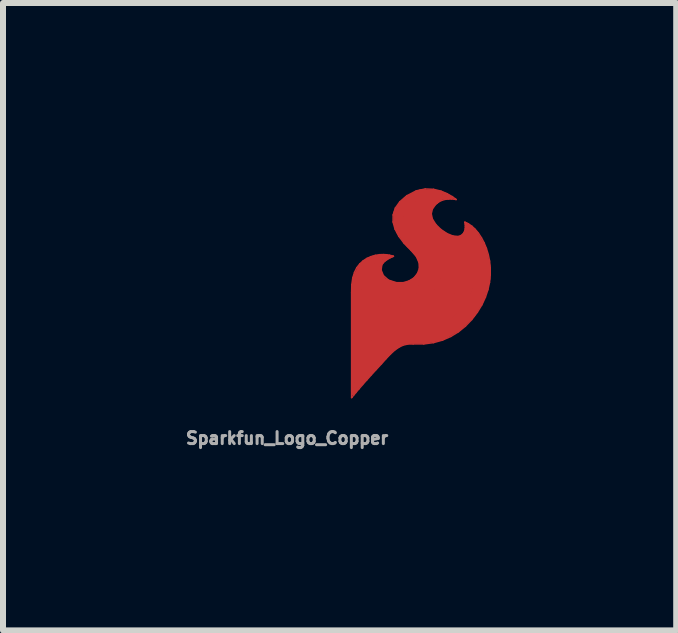
<source format=kicad_pcb>
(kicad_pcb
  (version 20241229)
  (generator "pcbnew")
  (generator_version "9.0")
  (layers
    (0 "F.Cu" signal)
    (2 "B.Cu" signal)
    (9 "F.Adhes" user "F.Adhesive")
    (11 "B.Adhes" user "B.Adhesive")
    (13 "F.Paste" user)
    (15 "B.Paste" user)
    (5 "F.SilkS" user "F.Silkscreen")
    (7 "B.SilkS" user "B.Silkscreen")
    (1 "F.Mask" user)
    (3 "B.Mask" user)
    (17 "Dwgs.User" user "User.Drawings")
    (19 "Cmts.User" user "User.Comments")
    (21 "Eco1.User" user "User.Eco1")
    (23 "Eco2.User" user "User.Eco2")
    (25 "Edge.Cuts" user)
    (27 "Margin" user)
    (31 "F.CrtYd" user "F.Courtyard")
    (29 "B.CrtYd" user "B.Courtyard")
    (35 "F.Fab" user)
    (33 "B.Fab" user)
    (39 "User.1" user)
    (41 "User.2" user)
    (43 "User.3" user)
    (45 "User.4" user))
  (footprint "Sparkfun_Logo_Copper"
    (layer "F.Cu")
    (at 2.756 3.635)
    (property "Reference" "Sparkfun_Logo_Copper" (at -1.02 0.62 0) (layer "F.Fab") (effects (font (size 0.2 0.2) (thickness 0.05))))
    (attr exclude_from_pos_files exclude_from_bom)
    (fp_line (start 0.056 -1.808) (end 0.056 -0.056) (stroke (width 0.025) (type solid)) (layer "F.Cu"))
    (fp_line (start 0.056 -0.056) (end 0.064 -0.066) (stroke (width 0.025) (type solid)) (layer "F.Cu"))
    (fp_line (start 0.059 -1.94) (end 0.056 -1.808) (stroke (width 0.025) (type solid)) (layer "F.Cu"))
    (fp_line (start 0.064 -0.066) (end 0.089 -0.096) (stroke (width 0.025) (type solid)) (layer "F.Cu"))
    (fp_line (start 0.07 -0.34) (end 0.1 -0.25) (stroke (width 0.05) (type solid)) (layer "F.Cu"))
    (fp_line (start 0.07 -0.16) (end 0.07 -0.34) (stroke (width 0.05) (type solid)) (layer "F.Cu"))
    (fp_line (start 0.075 -2.051) (end 0.059 -1.94) (stroke (width 0.025) (type solid)) (layer "F.Cu"))
    (fp_line (start 0.08 -0.12) (end 0.22 -0.3) (stroke (width 0.05) (type solid)) (layer "F.Cu"))
    (fp_line (start 0.089 -0.096) (end 0.127 -0.142) (stroke (width 0.025) (type solid)) (layer "F.Cu"))
    (fp_line (start 0.1 -0.25) (end 0.12 -0.28) (stroke (width 0.05) (type solid)) (layer "F.Cu"))
    (fp_line (start 0.104 -2.145) (end 0.075 -2.051) (stroke (width 0.025) (type solid)) (layer "F.Cu"))
    (fp_line (start 0.127 -0.142) (end 0.178 -0.202) (stroke (width 0.025) (type solid)) (layer "F.Cu"))
    (fp_line (start 0.14 -0.26) (end 0.07 -0.16) (stroke (width 0.05) (type solid)) (layer "F.Cu"))
    (fp_line (start 0.143 -2.223) (end 0.104 -2.145) (stroke (width 0.025) (type solid)) (layer "F.Cu"))
    (fp_line (start 0.178 -0.202) (end 0.239 -0.273) (stroke (width 0.025) (type solid)) (layer "F.Cu"))
    (fp_line (start 0.18 -1.87) (end 0.2 -2.04) (stroke (width 0.254) (type solid)) (layer "F.Cu"))
    (fp_line (start 0.18 -0.43) (end 0.18 -1.87) (stroke (width 0.254) (type solid)) (layer "F.Cu"))
    (fp_line (start 0.18 -0.4) (end 0.82 -1.09) (stroke (width 0.254) (type solid)) (layer "F.Cu"))
    (fp_line (start 0.192 -2.286) (end 0.143 -2.223) (stroke (width 0.025) (type solid)) (layer "F.Cu"))
    (fp_line (start 0.2 -2.04) (end 0.28 -2.19) (stroke (width 0.254) (type solid)) (layer "F.Cu"))
    (fp_line (start 0.22 -0.3) (end 0.14 -0.26) (stroke (width 0.05) (type solid)) (layer "F.Cu"))
    (fp_line (start 0.239 -0.273) (end 0.309 -0.352) (stroke (width 0.025) (type solid)) (layer "F.Cu"))
    (fp_line (start 0.248 -2.336) (end 0.192 -2.286) (stroke (width 0.025) (type solid)) (layer "F.Cu"))
    (fp_line (start 0.28 -2.19) (end 0.37 -2.27) (stroke (width 0.254) (type solid)) (layer "F.Cu"))
    (fp_line (start 0.309 -0.352) (end 0.385 -0.437) (stroke (width 0.025) (type solid)) (layer "F.Cu"))
    (fp_line (start 0.31 -2.376) (end 0.248 -2.336) (stroke (width 0.025) (type solid)) (layer "F.Cu"))
    (fp_line (start 0.35 -1.96) (end 0.57 -1.68) (stroke (width 0.254) (type solid)) (layer "F.Cu"))
    (fp_line (start 0.36 -0.94) (end 0.35 -1.96) (stroke (width 0.254) (type solid)) (layer "F.Cu"))
    (fp_line (start 0.37 -2.27) (end 0.44 -2.3) (stroke (width 0.254) (type solid)) (layer "F.Cu"))
    (fp_line (start 0.377 -2.406) (end 0.31 -2.376) (stroke (width 0.025) (type solid)) (layer "F.Cu"))
    (fp_line (start 0.385 -0.437) (end 0.466 -0.525) (stroke (width 0.025) (type solid)) (layer "F.Cu"))
    (fp_line (start 0.42 -2.17) (end 0.43 -2.26) (stroke (width 0.254) (type solid)) (layer "F.Cu"))
    (fp_line (start 0.42 -1.06) (end 0.32 -0.76) (stroke (width 0.254) (type solid)) (layer "F.Cu"))
    (fp_line (start 0.451 -2.428) (end 0.377 -2.406) (stroke (width 0.025) (type solid)) (layer "F.Cu"))
    (fp_line (start 0.466 -0.525) (end 0.554 -0.621) (stroke (width 0.025) (type solid)) (layer "F.Cu"))
    (fp_line (start 0.47 -2.03) (end 0.42 -2.17) (stroke (width 0.254) (type solid)) (layer "F.Cu"))
    (fp_line (start 0.51 -1.02) (end 0.54 -1.52) (stroke (width 0.254) (type solid)) (layer "F.Cu"))
    (fp_line (start 0.521 -2.439) (end 0.451 -2.428) (stroke (width 0.025) (type solid)) (layer "F.Cu"))
    (fp_line (start 0.54 -1.52) (end 0.65 -1.35) (stroke (width 0.254) (type solid)) (layer "F.Cu"))
    (fp_line (start 0.547 -2.183) (end 0.559 -2.27) (stroke (width 0.025) (type solid)) (layer "F.Cu"))
    (fp_line (start 0.55 -2.38) (end 0.59 -2.38) (stroke (width 0.05) (type solid)) (layer "F.Cu"))
    (fp_line (start 0.55 -2.31) (end 0.55 -2.38) (stroke (width 0.05) (type solid)) (layer "F.Cu"))
    (fp_line (start 0.55 -1.93) (end 0.47 -2.03) (stroke (width 0.254) (type solid)) (layer "F.Cu"))
    (fp_line (start 0.554 -0.621) (end 0.632 -0.708) (stroke (width 0.025) (type solid)) (layer "F.Cu"))
    (fp_line (start 0.559 -2.27) (end 0.58 -2.301) (stroke (width 0.025) (type solid)) (layer "F.Cu"))
    (fp_line (start 0.57 -1.68) (end 1.01 -1.67) (stroke (width 0.254) (type solid)) (layer "F.Cu"))
    (fp_line (start 0.58 -2.301) (end 0.608 -2.329) (stroke (width 0.025) (type solid)) (layer "F.Cu"))
    (fp_line (start 0.584 -2.092) (end 0.547 -2.183) (stroke (width 0.025) (type solid)) (layer "F.Cu"))
    (fp_line (start 0.585 -2.441) (end 0.521 -2.439) (stroke (width 0.025) (type solid)) (layer "F.Cu"))
    (fp_line (start 0.608 -2.329) (end 0.639 -2.353) (stroke (width 0.025) (type solid)) (layer "F.Cu"))
    (fp_line (start 0.632 -0.708) (end 0.703 -0.783) (stroke (width 0.025) (type solid)) (layer "F.Cu"))
    (fp_line (start 0.639 -2.353) (end 0.672 -2.374) (stroke (width 0.025) (type solid)) (layer "F.Cu"))
    (fp_line (start 0.641 -2.438) (end 0.585 -2.441) (stroke (width 0.025) (type solid)) (layer "F.Cu"))
    (fp_line (start 0.65 -1.35) (end 0.75 -1.54) (stroke (width 0.254) (type solid)) (layer "F.Cu"))
    (fp_line (start 0.66 -1.89) (end 0.55 -1.93) (stroke (width 0.254) (type solid)) (layer "F.Cu"))
    (fp_line (start 0.67 -2.41) (end 0.55 -2.31) (stroke (width 0.05) (type solid)) (layer "F.Cu"))
    (fp_line (start 0.67 -2.015) (end 0.584 -2.092) (stroke (width 0.025) (type solid)) (layer "F.Cu"))
    (fp_line (start 0.672 -2.374) (end 0.703 -2.39) (stroke (width 0.025) (type solid)) (layer "F.Cu"))
    (fp_line (start 0.687 -2.43) (end 0.641 -2.438) (stroke (width 0.025) (type solid)) (layer "F.Cu"))
    (fp_line (start 0.7 -2.41) (end 0.48 -2.41) (stroke (width 0.05) (type solid)) (layer "F.Cu"))
    (fp_line (start 0.703 -2.39) (end 0.729 -2.402) (stroke (width 0.025) (type solid)) (layer "F.Cu"))
    (fp_line (start 0.703 -0.783) (end 0.772 -0.846) (stroke (width 0.025) (type solid)) (layer "F.Cu"))
    (fp_line (start 0.723 -2.422) (end 0.687 -2.43) (stroke (width 0.025) (type solid)) (layer "F.Cu"))
    (fp_line (start 0.729 -2.402) (end 0.746 -2.41) (stroke (width 0.025) (type solid)) (layer "F.Cu"))
    (fp_line (start 0.745 -2.415) (end 0.723 -2.422) (stroke (width 0.025) (type solid)) (layer "F.Cu"))
    (fp_line (start 0.746 -2.41) (end 0.753 -2.412) (stroke (width 0.025) (type solid)) (layer "F.Cu"))
    (fp_line (start 0.747 -2.985) (end 0.78 -2.866) (stroke (width 0.025) (type solid)) (layer "F.Cu"))
    (fp_line (start 0.748 -3.102) (end 0.747 -2.985) (stroke (width 0.025) (type solid)) (layer "F.Cu"))
    (fp_line (start 0.75 -1.54) (end 0.86 -1.44) (stroke (width 0.254) (type solid)) (layer "F.Cu"))
    (fp_line (start 0.75 -1.24) (end 0.51 -1.02) (stroke (width 0.254) (type solid)) (layer "F.Cu"))
    (fp_line (start 0.75 -0.98) (end 0.87 -1.06) (stroke (width 0.254) (type solid)) (layer "F.Cu"))
    (fp_line (start 0.753 -2.412) (end 0.745 -2.415) (stroke (width 0.025) (type solid)) (layer "F.Cu"))
    (fp_line (start 0.76 -1.85) (end 0.66 -1.89) (stroke (width 0.254) (type solid)) (layer "F.Cu"))
    (fp_line (start 0.772 -0.846) (end 0.842 -0.896) (stroke (width 0.025) (type solid)) (layer "F.Cu"))
    (fp_line (start 0.78 -2.866) (end 0.843 -2.746) (stroke (width 0.025) (type solid)) (layer "F.Cu"))
    (fp_line (start 0.784 -3.215) (end 0.748 -3.102) (stroke (width 0.025) (type solid)) (layer "F.Cu"))
    (fp_line (start 0.804 -1.972) (end 0.67 -2.015) (stroke (width 0.025) (type solid)) (layer "F.Cu"))
    (fp_line (start 0.82 -1.09) (end 0.75 -0.98) (stroke (width 0.254) (type solid)) (layer "F.Cu"))
    (fp_line (start 0.842 -0.896) (end 0.914 -0.931) (stroke (width 0.025) (type solid)) (layer "F.Cu"))
    (fp_line (start 0.843 -2.746) (end 0.933 -2.627) (stroke (width 0.025) (type solid)) (layer "F.Cu"))
    (fp_line (start 0.86 -3.322) (end 0.784 -3.215) (stroke (width 0.025) (type solid)) (layer "F.Cu"))
    (fp_line (start 0.86 -1.44) (end 1.39 -1.55) (stroke (width 0.254) (type solid)) (layer "F.Cu"))
    (fp_line (start 0.87 -1.06) (end 1 -1.08) (stroke (width 0.254) (type solid)) (layer "F.Cu"))
    (fp_line (start 0.88 -3.12) (end 0.88 -2.98) (stroke (width 0.254) (type solid)) (layer "F.Cu"))
    (fp_line (start 0.88 -2.98) (end 0.92 -2.86) (stroke (width 0.254) (type solid)) (layer "F.Cu"))
    (fp_line (start 0.9 -1.84) (end 0.76 -1.85) (stroke (width 0.254) (type solid)) (layer "F.Cu"))
    (fp_line (start 0.914 -0.931) (end 0.994 -0.95) (stroke (width 0.025) (type solid)) (layer "F.Cu"))
    (fp_line (start 0.915 -1.972) (end 0.804 -1.972) (stroke (width 0.025) (type solid)) (layer "F.Cu"))
    (fp_line (start 0.92 -2.86) (end 1.07 -2.66) (stroke (width 0.254) (type solid)) (layer "F.Cu"))
    (fp_line (start 0.933 -2.627) (end 1.048 -2.511) (stroke (width 0.025) (type solid)) (layer "F.Cu"))
    (fp_line (start 0.95 -3.23) (end 0.88 -3.12) (stroke (width 0.254) (type solid)) (layer "F.Cu"))
    (fp_line (start 0.978 -3.423) (end 0.86 -3.322) (stroke (width 0.025) (type solid)) (layer "F.Cu"))
    (fp_line (start 0.994 -0.95) (end 1.083 -0.951) (stroke (width 0.025) (type solid)) (layer "F.Cu"))
    (fp_line (start 1 -1.08) (end 1.27 -1.08) (stroke (width 0.254) (type solid)) (layer "F.Cu"))
    (fp_line (start 1.01 -1.67) (end 1.36 -1.76) (stroke (width 0.254) (type solid)) (layer "F.Cu"))
    (fp_line (start 1.014 -2.001) (end 0.915 -1.972) (stroke (width 0.025) (type solid)) (layer "F.Cu"))
    (fp_line (start 1.02 -3.3) (end 0.95 -3.23) (stroke (width 0.254) (type solid)) (layer "F.Cu"))
    (fp_line (start 1.02 -1.87) (end 0.9 -1.84) (stroke (width 0.254) (type solid)) (layer "F.Cu"))
    (fp_line (start 1.048 -2.511) (end 1.137 -2.407) (stroke (width 0.025) (type solid)) (layer "F.Cu"))
    (fp_line (start 1.05 -3.09) (end 1.11 -3.2) (stroke (width 0.254) (type solid)) (layer "F.Cu"))
    (fp_line (start 1.07 -2.66) (end 1.22 -2.51) (stroke (width 0.254) (type solid)) (layer "F.Cu"))
    (fp_line (start 1.083 -0.951) (end 1.258 -0.951) (stroke (width 0.025) (type solid)) (layer "F.Cu"))
    (fp_line (start 1.096 -2.052) (end 1.014 -2.001) (stroke (width 0.025) (type solid)) (layer "F.Cu"))
    (fp_line (start 1.133 -3.503) (end 0.978 -3.423) (stroke (width 0.025) (type solid)) (layer "F.Cu"))
    (fp_line (start 1.137 -2.407) (end 1.181 -2.305) (stroke (width 0.025) (type solid)) (layer "F.Cu"))
    (fp_line (start 1.154 -2.123) (end 1.096 -2.052) (stroke (width 0.025) (type solid)) (layer "F.Cu"))
    (fp_line (start 1.16 -2.78) (end 1.05 -3.09) (stroke (width 0.254) (type solid)) (layer "F.Cu"))
    (fp_line (start 1.17 -1.95) (end 1.02 -1.87) (stroke (width 0.254) (type solid)) (layer "F.Cu"))
    (fp_line (start 1.181 -2.305) (end 1.185 -2.209) (stroke (width 0.025) (type solid)) (layer "F.Cu"))
    (fp_line (start 1.185 -2.209) (end 1.154 -2.123) (stroke (width 0.025) (type solid)) (layer "F.Cu"))
    (fp_line (start 1.22 -3.4) (end 1.02 -3.3) (stroke (width 0.254) (type solid)) (layer "F.Cu"))
    (fp_line (start 1.22 -2.51) (end 1.27 -2.41) (stroke (width 0.254) (type solid)) (layer "F.Cu"))
    (fp_line (start 1.258 -0.951) (end 1.421 -0.973) (stroke (width 0.025) (type solid)) (layer "F.Cu"))
    (fp_line (start 1.26 -3.21) (end 1.35 -3.35) (stroke (width 0.254) (type solid)) (layer "F.Cu"))
    (fp_line (start 1.26 -3.06) (end 1.26 -3.21) (stroke (width 0.254) (type solid)) (layer "F.Cu"))
    (fp_line (start 1.27 -2.41) (end 1.35 -2.23) (stroke (width 0.254) (type solid)) (layer "F.Cu"))
    (fp_line (start 1.27 -2.08) (end 1.17 -1.95) (stroke (width 0.254) (type solid)) (layer "F.Cu"))
    (fp_line (start 1.27 -1.08) (end 1.53 -1.13) (stroke (width 0.254) (type solid)) (layer "F.Cu"))
    (fp_line (start 1.28 -1.28) (end 0.75 -1.24) (stroke (width 0.254) (type solid)) (layer "F.Cu"))
    (fp_line (start 1.283 -3.535) (end 1.133 -3.503) (stroke (width 0.025) (type solid)) (layer "F.Cu"))
    (fp_line (start 1.3 -1.94) (end 1.27 -2.08) (stroke (width 0.254) (type solid)) (layer "F.Cu"))
    (fp_line (start 1.31 -2.26) (end 1.3 -1.94) (stroke (width 0.254) (type solid)) (layer "F.Cu"))
    (fp_line (start 1.33 -2.9) (end 1.26 -3.06) (stroke (width 0.254) (type solid)) (layer "F.Cu"))
    (fp_line (start 1.35 -3.35) (end 1.42 -3.4) (stroke (width 0.254) (type solid)) (layer "F.Cu"))
    (fp_line (start 1.35 -2.23) (end 1.31 -2.26) (stroke (width 0.254) (type solid)) (layer "F.Cu"))
    (fp_line (start 1.36 -1.76) (end 1.57 -2.15) (stroke (width 0.254) (type solid)) (layer "F.Cu"))
    (fp_line (start 1.383 -3.121) (end 1.401 -3.199) (stroke (width 0.025) (type solid)) (layer "F.Cu"))
    (fp_line (start 1.39 -2.58) (end 1.16 -2.78) (stroke (width 0.254) (type solid)) (layer "F.Cu"))
    (fp_line (start 1.39 -1.55) (end 1.71 -1.77) (stroke (width 0.254) (type solid)) (layer "F.Cu"))
    (fp_line (start 1.401 -3.199) (end 1.451 -3.272) (stroke (width 0.025) (type solid)) (layer "F.Cu"))
    (fp_line (start 1.401 -3.035) (end 1.383 -3.121) (stroke (width 0.025) (type solid)) (layer "F.Cu"))
    (fp_line (start 1.42 -3.4) (end 1.22 -3.4) (stroke (width 0.254) (type solid)) (layer "F.Cu"))
    (fp_line (start 1.421 -0.973) (end 1.571 -1.015) (stroke (width 0.025) (type solid)) (layer "F.Cu"))
    (fp_line (start 1.421 -3.529) (end 1.283 -3.535) (stroke (width 0.025) (type solid)) (layer "F.Cu"))
    (fp_line (start 1.43 -2.79) (end 1.33 -2.9) (stroke (width 0.254) (type solid)) (layer "F.Cu"))
    (fp_line (start 1.451 -3.272) (end 1.502 -3.316) (stroke (width 0.025) (type solid)) (layer "F.Cu"))
    (fp_line (start 1.461 -2.94) (end 1.401 -3.035) (stroke (width 0.025) (type solid)) (layer "F.Cu"))
    (fp_line (start 1.5 -3.49) (end 1.59 -3.46) (stroke (width 0.05) (type solid)) (layer "F.Cu"))
    (fp_line (start 1.502 -3.316) (end 1.559 -3.345) (stroke (width 0.025) (type solid)) (layer "F.Cu"))
    (fp_line (start 1.51 -1.36) (end 1.28 -1.28) (stroke (width 0.254) (type solid)) (layer "F.Cu"))
    (fp_line (start 1.52 -2.61) (end 1.69 -2.37) (stroke (width 0.254) (type solid)) (layer "F.Cu"))
    (fp_line (start 1.53 -1.13) (end 1.78 -1.27) (stroke (width 0.254) (type solid)) (layer "F.Cu"))
    (fp_line (start 1.54 -3.36) (end 1.55 -3.43) (stroke (width 0.05) (type solid)) (layer "F.Cu"))
    (fp_line (start 1.54 -2.27) (end 1.39 -2.58) (stroke (width 0.254) (type solid)) (layer "F.Cu"))
    (fp_line (start 1.542 -2.86) (end 1.461 -2.94) (stroke (width 0.025) (type solid)) (layer "F.Cu"))
    (fp_line (start 1.545 -3.499) (end 1.421 -3.529) (stroke (width 0.025) (type solid)) (layer "F.Cu"))
    (fp_line (start 1.55 -3.43) (end 1.5 -3.49) (stroke (width 0.05) (type solid)) (layer "F.Cu"))
    (fp_line (start 1.55 -3.38) (end 1.54 -3.36) (stroke (width 0.05) (type solid)) (layer "F.Cu"))
    (fp_line (start 1.559 -3.345) (end 1.617 -3.362) (stroke (width 0.025) (type solid)) (layer "F.Cu"))
    (fp_line (start 1.57 -2.15) (end 1.54 -2.27) (stroke (width 0.254) (type solid)) (layer "F.Cu"))
    (fp_line (start 1.571 -1.015) (end 1.71 -1.076) (stroke (width 0.025) (type solid)) (layer "F.Cu"))
    (fp_line (start 1.59 -3.46) (end 1.69 -3.41) (stroke (width 0.05) (type solid)) (layer "F.Cu"))
    (fp_line (start 1.617 -3.362) (end 1.673 -3.368) (stroke (width 0.025) (type solid)) (layer "F.Cu"))
    (fp_line (start 1.62 -2.66) (end 1.43 -2.79) (stroke (width 0.254) (type solid)) (layer "F.Cu"))
    (fp_line (start 1.641 -2.793) (end 1.542 -2.86) (stroke (width 0.025) (type solid)) (layer "F.Cu"))
    (fp_line (start 1.649 -3.455) (end 1.545 -3.499) (stroke (width 0.025) (type solid)) (layer "F.Cu"))
    (fp_line (start 1.673 -3.368) (end 1.722 -3.369) (stroke (width 0.025) (type solid)) (layer "F.Cu"))
    (fp_line (start 1.69 -3.41) (end 1.57 -3.42) (stroke (width 0.05) (type solid)) (layer "F.Cu"))
    (fp_line (start 1.69 -2.37) (end 2.03 -2.49) (stroke (width 0.254) (type solid)) (layer "F.Cu"))
    (fp_line (start 1.71 -1.076) (end 1.837 -1.154) (stroke (width 0.025) (type solid)) (layer "F.Cu"))
    (fp_line (start 1.71 -3.39) (end 1.73 -3.39) (stroke (width 0.05) (type solid)) (layer "F.Cu"))
    (fp_line (start 1.71 -1.77) (end 1.81 -2.27) (stroke (width 0.254) (type solid)) (layer "F.Cu"))
    (fp_line (start 1.722 -3.369) (end 1.762 -3.365) (stroke (width 0.025) (type solid)) (layer "F.Cu"))
    (fp_line (start 1.729 -3.409) (end 1.649 -3.455) (stroke (width 0.025) (type solid)) (layer "F.Cu"))
    (fp_line (start 1.73 -3.39) (end 1.55 -3.38) (stroke (width 0.05) (type solid)) (layer "F.Cu"))
    (fp_line (start 1.744 -2.75) (end 1.641 -2.793) (stroke (width 0.025) (type solid)) (layer "F.Cu"))
    (fp_line (start 1.762 -3.365) (end 1.789 -3.361) (stroke (width 0.025) (type solid)) (layer "F.Cu"))
    (fp_line (start 1.77 -2.62) (end 1.62 -2.66) (stroke (width 0.254) (type solid)) (layer "F.Cu"))
    (fp_line (start 1.78 -1.27) (end 2 -1.48) (stroke (width 0.254) (type solid)) (layer "F.Cu"))
    (fp_line (start 1.78 -3.373) (end 1.729 -3.409) (stroke (width 0.025) (type solid)) (layer "F.Cu"))
    (fp_line (start 1.789 -3.361) (end 1.798 -3.359) (stroke (width 0.025) (type solid)) (layer "F.Cu"))
    (fp_line (start 1.79 -2.58) (end 1.77 -2.62) (stroke (width 0.254) (type solid)) (layer "F.Cu"))
    (fp_line (start 1.798 -3.359) (end 1.78 -3.373) (stroke (width 0.025) (type solid)) (layer "F.Cu"))
    (fp_line (start 1.81 -2.27) (end 1.51 -1.72) (stroke (width 0.254) (type solid)) (layer "F.Cu"))
    (fp_line (start 1.837 -2.742) (end 1.744 -2.75) (stroke (width 0.025) (type solid)) (layer "F.Cu"))
    (fp_line (start 1.837 -1.154) (end 1.953 -1.248) (stroke (width 0.025) (type solid)) (layer "F.Cu"))
    (fp_line (start 1.86 -1.66) (end 1.51 -1.36) (stroke (width 0.254) (type solid)) (layer "F.Cu"))
    (fp_line (start 1.886 -2.761) (end 1.837 -2.742) (stroke (width 0.025) (type solid)) (layer "F.Cu"))
    (fp_line (start 1.92 -2.792) (end 1.886 -2.761) (stroke (width 0.025) (type solid)) (layer "F.Cu"))
    (fp_line (start 1.94 -2.83) (end 1.92 -2.792) (stroke (width 0.025) (type solid)) (layer "F.Cu"))
    (fp_line (start 1.945 -2.98) (end 1.945 -2.98) (stroke (width 0.025) (type solid)) (layer "F.Cu"))
    (fp_line (start 1.945 -2.98) (end 1.947 -2.971) (stroke (width 0.025) (type solid)) (layer "F.Cu"))
    (fp_line (start 1.947 -2.971) (end 1.95 -2.947) (stroke (width 0.025) (type solid)) (layer "F.Cu"))
    (fp_line (start 1.95 -2.872) (end 1.94 -2.83) (stroke (width 0.025) (type solid)) (layer "F.Cu"))
    (fp_line (start 1.95 -2.947) (end 1.952 -2.912) (stroke (width 0.025) (type solid)) (layer "F.Cu"))
    (fp_line (start 1.952 -2.912) (end 1.95 -2.872) (stroke (width 0.025) (type solid)) (layer "F.Cu"))
    (fp_line (start 1.953 -1.248) (end 2.058 -1.357) (stroke (width 0.025) (type solid)) (layer "F.Cu"))
    (fp_line (start 1.97 -2.95) (end 1.97 -2.86) (stroke (width 0.05) (type solid)) (layer "F.Cu"))
    (fp_line (start 1.97 -2.86) (end 2.06 -2.88) (stroke (width 0.05) (type solid)) (layer "F.Cu"))
    (fp_line (start 1.98 -2.94) (end 1.97 -2.95) (stroke (width 0.05) (type solid)) (layer "F.Cu"))
    (fp_line (start 1.99 -2.94) (end 2 -2.89) (stroke (width 0.05) (type solid)) (layer "F.Cu"))
    (fp_line (start 1.99 -2.68) (end 1.79 -2.58) (stroke (width 0.254) (type solid)) (layer "F.Cu"))
    (fp_line (start 2 -1.48) (end 2.14 -1.71) (stroke (width 0.254) (type solid)) (layer "F.Cu"))
    (fp_line (start 2.002 -2.954) (end 1.945 -2.98) (stroke (width 0.025) (type solid)) (layer "F.Cu"))
    (fp_line (start 2.02 -2.08) (end 1.86 -1.66) (stroke (width 0.254) (type solid)) (layer "F.Cu"))
    (fp_line (start 2.03 -2.49) (end 2.02 -2.08) (stroke (width 0.254) (type solid)) (layer "F.Cu"))
    (fp_line (start 2.04 -2.76) (end 1.99 -2.68) (stroke (width 0.254) (type solid)) (layer "F.Cu"))
    (fp_line (start 2.058 -1.357) (end 2.152 -1.48) (stroke (width 0.025) (type solid)) (layer "F.Cu"))
    (fp_line (start 2.06 -2.88) (end 1.99 -2.94) (stroke (width 0.05) (type solid)) (layer "F.Cu"))
    (fp_line (start 2.06 -2.914) (end 2.002 -2.954) (stroke (width 0.025) (type solid)) (layer "F.Cu"))
    (fp_line (start 2.117 -2.861) (end 2.06 -2.914) (stroke (width 0.025) (type solid)) (layer "F.Cu"))
    (fp_line (start 2.14 -1.71) (end 2.21 -1.91) (stroke (width 0.254) (type solid)) (layer "F.Cu"))
    (fp_line (start 2.152 -1.48) (end 2.228 -1.605) (stroke (width 0.025) (type solid)) (layer "F.Cu"))
    (fp_line (start 2.17 -2.797) (end 2.117 -2.861) (stroke (width 0.025) (type solid)) (layer "F.Cu"))
    (fp_line (start 2.18 -2.52) (end 2.04 -2.76) (stroke (width 0.254) (type solid)) (layer "F.Cu"))
    (fp_line (start 2.21 -1.91) (end 2.24 -2.04) (stroke (width 0.254) (type solid)) (layer "F.Cu"))
    (fp_line (start 2.22 -2.721) (end 2.17 -2.797) (stroke (width 0.025) (type solid)) (layer "F.Cu"))
    (fp_line (start 2.228 -1.605) (end 2.286 -1.73) (stroke (width 0.025) (type solid)) (layer "F.Cu"))
    (fp_line (start 2.24 -2.25) (end 2.18 -2.52) (stroke (width 0.254) (type solid)) (layer "F.Cu"))
    (fp_line (start 2.24 -2.04) (end 2.24 -2.25) (stroke (width 0.254) (type solid)) (layer "F.Cu"))
    (fp_line (start 2.265 -2.636) (end 2.22 -2.721) (stroke (width 0.025) (type solid)) (layer "F.Cu"))
    (fp_line (start 2.286 -1.73) (end 2.328 -1.856) (stroke (width 0.025) (type solid)) (layer "F.Cu"))
    (fp_line (start 2.303 -2.542) (end 2.265 -2.636) (stroke (width 0.025) (type solid)) (layer "F.Cu"))
    (fp_line (start 2.328 -1.856) (end 2.355 -1.979) (stroke (width 0.025) (type solid)) (layer "F.Cu"))
    (fp_line (start 2.334 -2.441) (end 2.303 -2.542) (stroke (width 0.025) (type solid)) (layer "F.Cu"))
    (fp_line (start 2.355 -1.979) (end 2.367 -2.101) (stroke (width 0.025) (type solid)) (layer "F.Cu"))
    (fp_line (start 2.356 -2.333) (end 2.334 -2.441) (stroke (width 0.025) (type solid)) (layer "F.Cu"))
    (fp_line (start 2.367 -2.219) (end 2.356 -2.333) (stroke (width 0.025) (type solid)) (layer "F.Cu"))
    (fp_line (start 2.367 -2.101) (end 2.367 -2.219) (stroke (width 0.025) (type solid)) (layer "F.Cu"))
    (fp_line (start 0.056 -1.808) (end 0.056 -0.056) (stroke (width 0.2) (type solid)) (layer "F.Mask"))
    (fp_line (start 0.056 -0.056) (end 0.064 -0.066) (stroke (width 0.2) (type solid)) (layer "F.Mask"))
    (fp_line (start 0.059 -1.94) (end 0.056 -1.808) (stroke (width 0.2) (type solid)) (layer "F.Mask"))
    (fp_line (start 0.064 -0.066) (end 0.089 -0.096) (stroke (width 0.2) (type solid)) (layer "F.Mask"))
    (fp_line (start 0.075 -2.051) (end 0.059 -1.94) (stroke (width 0.2) (type solid)) (layer "F.Mask"))
    (fp_line (start 0.089 -0.096) (end 0.127 -0.142) (stroke (width 0.2) (type solid)) (layer "F.Mask"))
    (fp_line (start 0.104 -2.145) (end 0.075 -2.051) (stroke (width 0.2) (type solid)) (layer "F.Mask"))
    (fp_line (start 0.127 -0.142) (end 0.178 -0.202) (stroke (width 0.2) (type solid)) (layer "F.Mask"))
    (fp_line (start 0.14 -0.35) (end 0.78 -1.07) (stroke (width 0.254) (type solid)) (layer "F.Mask"))
    (fp_line (start 0.14 -0.28) (end 0.36 -0.94) (stroke (width 0.254) (type solid)) (layer "F.Mask"))
    (fp_line (start 0.143 -2.223) (end 0.104 -2.145) (stroke (width 0.2) (type solid)) (layer "F.Mask"))
    (fp_line (start 0.17 -1.74) (end 0.14 -0.28) (stroke (width 0.254) (type solid)) (layer "F.Mask"))
    (fp_line (start 0.178 -0.202) (end 0.239 -0.273) (stroke (width 0.2) (type solid)) (layer "F.Mask"))
    (fp_line (start 0.19 -2.1) (end 0.17 -1.74) (stroke (width 0.254) (type solid)) (layer "F.Mask"))
    (fp_line (start 0.192 -2.286) (end 0.143 -2.223) (stroke (width 0.2) (type solid)) (layer "F.Mask"))
    (fp_line (start 0.239 -0.273) (end 0.309 -0.352) (stroke (width 0.2) (type solid)) (layer "F.Mask"))
    (fp_line (start 0.248 -2.336) (end 0.192 -2.286) (stroke (width 0.2) (type solid)) (layer "F.Mask"))
    (fp_line (start 0.309 -0.352) (end 0.385 -0.437) (stroke (width 0.2) (type solid)) (layer "F.Mask"))
    (fp_line (start 0.31 -2.376) (end 0.248 -2.336) (stroke (width 0.2) (type solid)) (layer "F.Mask"))
    (fp_line (start 0.35 -1.96) (end 0.57 -1.68) (stroke (width 0.254) (type solid)) (layer "F.Mask"))
    (fp_line (start 0.36 -0.94) (end 0.35 -1.96) (stroke (width 0.254) (type solid)) (layer "F.Mask"))
    (fp_line (start 0.377 -2.406) (end 0.31 -2.376) (stroke (width 0.2) (type solid)) (layer "F.Mask"))
    (fp_line (start 0.385 -0.437) (end 0.466 -0.525) (stroke (width 0.2) (type solid)) (layer "F.Mask"))
    (fp_line (start 0.44 -2.22) (end 0.51 -2.35) (stroke (width 0.254) (type solid)) (layer "F.Mask"))
    (fp_line (start 0.44 -2.09) (end 0.44 -2.22) (stroke (width 0.254) (type solid)) (layer "F.Mask"))
    (fp_line (start 0.451 -2.428) (end 0.377 -2.406) (stroke (width 0.2) (type solid)) (layer "F.Mask"))
    (fp_line (start 0.466 -0.525) (end 0.554 -0.621) (stroke (width 0.2) (type solid)) (layer "F.Mask"))
    (fp_line (start 0.51 -2.35) (end 0.19 -2.1) (stroke (width 0.254) (type solid)) (layer "F.Mask"))
    (fp_line (start 0.51 -1.02) (end 0.54 -1.52) (stroke (width 0.254) (type solid)) (layer "F.Mask"))
    (fp_line (start 0.521 -2.439) (end 0.451 -2.428) (stroke (width 0.2) (type solid)) (layer "F.Mask"))
    (fp_line (start 0.54 -1.52) (end 0.65 -1.35) (stroke (width 0.254) (type solid)) (layer "F.Mask"))
    (fp_line (start 0.547 -2.183) (end 0.559 -2.27) (stroke (width 0.2) (type solid)) (layer "F.Mask"))
    (fp_line (start 0.554 -0.621) (end 0.632 -0.708) (stroke (width 0.2) (type solid)) (layer "F.Mask"))
    (fp_line (start 0.559 -2.27) (end 0.58 -2.301) (stroke (width 0.2) (type solid)) (layer "F.Mask"))
    (fp_line (start 0.57 -1.88) (end 0.44 -2.09) (stroke (width 0.254) (type solid)) (layer "F.Mask"))
    (fp_line (start 0.57 -1.68) (end 1.01 -1.67) (stroke (width 0.254) (type solid)) (layer "F.Mask"))
    (fp_line (start 0.58 -2.301) (end 0.608 -2.329) (stroke (width 0.2) (type solid)) (layer "F.Mask"))
    (fp_line (start 0.584 -2.092) (end 0.547 -2.183) (stroke (width 0.2) (type solid)) (layer "F.Mask"))
    (fp_line (start 0.585 -2.441) (end 0.521 -2.439) (stroke (width 0.2) (type solid)) (layer "F.Mask"))
    (fp_line (start 0.608 -2.329) (end 0.639 -2.353) (stroke (width 0.2) (type solid)) (layer "F.Mask"))
    (fp_line (start 0.632 -0.708) (end 0.703 -0.783) (stroke (width 0.2) (type solid)) (layer "F.Mask"))
    (fp_line (start 0.639 -2.353) (end 0.672 -2.374) (stroke (width 0.2) (type solid)) (layer "F.Mask"))
    (fp_line (start 0.641 -2.438) (end 0.585 -2.441) (stroke (width 0.2) (type solid)) (layer "F.Mask"))
    (fp_line (start 0.65 -1.35) (end 0.75 -1.54) (stroke (width 0.254) (type solid)) (layer "F.Mask"))
    (fp_line (start 0.67 -2.015) (end 0.584 -2.092) (stroke (width 0.2) (type solid)) (layer "F.Mask"))
    (fp_line (start 0.672 -2.374) (end 0.703 -2.39) (stroke (width 0.2) (type solid)) (layer "F.Mask"))
    (fp_line (start 0.687 -2.43) (end 0.641 -2.438) (stroke (width 0.2) (type solid)) (layer "F.Mask"))
    (fp_line (start 0.703 -2.39) (end 0.729 -2.402) (stroke (width 0.2) (type solid)) (layer "F.Mask"))
    (fp_line (start 0.703 -0.783) (end 0.772 -0.846) (stroke (width 0.2) (type solid)) (layer "F.Mask"))
    (fp_line (start 0.723 -2.422) (end 0.687 -2.43) (stroke (width 0.2) (type solid)) (layer "F.Mask"))
    (fp_line (start 0.729 -2.402) (end 0.746 -2.41) (stroke (width 0.2) (type solid)) (layer "F.Mask"))
    (fp_line (start 0.745 -2.415) (end 0.723 -2.422) (stroke (width 0.2) (type solid)) (layer "F.Mask"))
    (fp_line (start 0.746 -2.41) (end 0.753 -2.412) (stroke (width 0.2) (type solid)) (layer "F.Mask"))
    (fp_line (start 0.747 -2.985) (end 0.78 -2.866) (stroke (width 0.2) (type solid)) (layer "F.Mask"))
    (fp_line (start 0.748 -3.102) (end 0.747 -2.985) (stroke (width 0.2) (type solid)) (layer "F.Mask"))
    (fp_line (start 0.75 -1.54) (end 0.86 -1.44) (stroke (width 0.254) (type solid)) (layer "F.Mask"))
    (fp_line (start 0.75 -1.24) (end 0.51 -1.02) (stroke (width 0.254) (type solid)) (layer "F.Mask"))
    (fp_line (start 0.753 -2.412) (end 0.745 -2.415) (stroke (width 0.2) (type solid)) (layer "F.Mask"))
    (fp_line (start 0.772 -0.846) (end 0.842 -0.896) (stroke (width 0.2) (type solid)) (layer "F.Mask"))
    (fp_line (start 0.78 -2.866) (end 0.843 -2.746) (stroke (width 0.2) (type solid)) (layer "F.Mask"))
    (fp_line (start 0.78 -1.07) (end 1.5 -1.1) (stroke (width 0.254) (type solid)) (layer "F.Mask"))
    (fp_line (start 0.784 -3.215) (end 0.748 -3.102) (stroke (width 0.2) (type solid)) (layer "F.Mask"))
    (fp_line (start 0.804 -1.972) (end 0.67 -2.015) (stroke (width 0.2) (type solid)) (layer "F.Mask"))
    (fp_line (start 0.842 -0.896) (end 0.914 -0.931) (stroke (width 0.2) (type solid)) (layer "F.Mask"))
    (fp_line (start 0.843 -2.746) (end 0.933 -2.627) (stroke (width 0.2) (type solid)) (layer "F.Mask"))
    (fp_line (start 0.85 -3.1) (end 0.96 -2.78) (stroke (width 0.254) (type solid)) (layer "F.Mask"))
    (fp_line (start 0.86 -3.322) (end 0.784 -3.215) (stroke (width 0.2) (type solid)) (layer "F.Mask"))
    (fp_line (start 0.86 -1.44) (end 1.39 -1.55) (stroke (width 0.254) (type solid)) (layer "F.Mask"))
    (fp_line (start 0.88 -1.82) (end 0.57 -1.88) (stroke (width 0.254) (type solid)) (layer "F.Mask"))
    (fp_line (start 0.914 -0.931) (end 0.994 -0.95) (stroke (width 0.2) (type solid)) (layer "F.Mask"))
    (fp_line (start 0.915 -1.972) (end 0.804 -1.972) (stroke (width 0.2) (type solid)) (layer "F.Mask"))
    (fp_line (start 0.933 -2.627) (end 1.048 -2.511) (stroke (width 0.2) (type solid)) (layer "F.Mask"))
    (fp_line (start 0.96 -2.78) (end 1.23 -2.49) (stroke (width 0.254) (type solid)) (layer "F.Mask"))
    (fp_line (start 0.978 -3.423) (end 0.86 -3.322) (stroke (width 0.2) (type solid)) (layer "F.Mask"))
    (fp_line (start 0.994 -0.95) (end 1.083 -0.951) (stroke (width 0.2) (type solid)) (layer "F.Mask"))
    (fp_line (start 1.01 -1.67) (end 1.36 -1.76) (stroke (width 0.254) (type solid)) (layer "F.Mask"))
    (fp_line (start 1.014 -2.001) (end 0.915 -1.972) (stroke (width 0.2) (type solid)) (layer "F.Mask"))
    (fp_line (start 1.02 -3.33) (end 0.85 -3.1) (stroke (width 0.254) (type solid)) (layer "F.Mask"))
    (fp_line (start 1.048 -2.511) (end 1.137 -2.407) (stroke (width 0.2) (type solid)) (layer "F.Mask"))
    (fp_line (start 1.05 -3.09) (end 1.11 -3.2) (stroke (width 0.254) (type solid)) (layer "F.Mask"))
    (fp_line (start 1.083 -0.951) (end 1.258 -0.951) (stroke (width 0.2) (type solid)) (layer "F.Mask"))
    (fp_line (start 1.096 -2.052) (end 1.014 -2.001) (stroke (width 0.2) (type solid)) (layer "F.Mask"))
    (fp_line (start 1.133 -3.503) (end 0.978 -3.423) (stroke (width 0.2) (type solid)) (layer "F.Mask"))
    (fp_line (start 1.137 -2.407) (end 1.181 -2.305) (stroke (width 0.2) (type solid)) (layer "F.Mask"))
    (fp_line (start 1.154 -2.123) (end 1.096 -2.052) (stroke (width 0.2) (type solid)) (layer "F.Mask"))
    (fp_line (start 1.16 -2.78) (end 1.05 -3.09) (stroke (width 0.254) (type solid)) (layer "F.Mask"))
    (fp_line (start 1.181 -2.305) (end 1.185 -2.209) (stroke (width 0.2) (type solid)) (layer "F.Mask"))
    (fp_line (start 1.185 -2.209) (end 1.154 -2.123) (stroke (width 0.2) (type solid)) (layer "F.Mask"))
    (fp_line (start 1.2 -1.94) (end 0.88 -1.82) (stroke (width 0.254) (type solid)) (layer "F.Mask"))
    (fp_line (start 1.23 -2.49) (end 1.35 -2.28) (stroke (width 0.254) (type solid)) (layer "F.Mask"))
    (fp_line (start 1.258 -0.951) (end 1.421 -0.973) (stroke (width 0.2) (type solid)) (layer "F.Mask"))
    (fp_line (start 1.26 -3.22) (end 1.43 -3.39) (stroke (width 0.254) (type solid)) (layer "F.Mask"))
    (fp_line (start 1.26 -2.04) (end 1.2 -1.94) (stroke (width 0.254) (type solid)) (layer "F.Mask"))
    (fp_line (start 1.28 -1.28) (end 0.75 -1.24) (stroke (width 0.254) (type solid)) (layer "F.Mask"))
    (fp_line (start 1.283 -3.535) (end 1.133 -3.503) (stroke (width 0.2) (type solid)) (layer "F.Mask"))
    (fp_line (start 1.32 -2.88) (end 1.26 -3.22) (stroke (width 0.254) (type solid)) (layer "F.Mask"))
    (fp_line (start 1.35 -2.28) (end 1.26 -2.04) (stroke (width 0.254) (type solid)) (layer "F.Mask"))
    (fp_line (start 1.36 -1.76) (end 1.57 -2.15) (stroke (width 0.254) (type solid)) (layer "F.Mask"))
    (fp_line (start 1.383 -3.121) (end 1.401 -3.199) (stroke (width 0.2) (type solid)) (layer "F.Mask"))
    (fp_line (start 1.39 -2.58) (end 1.16 -2.78) (stroke (width 0.254) (type solid)) (layer "F.Mask"))
    (fp_line (start 1.39 -1.55) (end 1.71 -1.77) (stroke (width 0.254) (type solid)) (layer "F.Mask"))
    (fp_line (start 1.401 -3.199) (end 1.451 -3.272) (stroke (width 0.2) (type solid)) (layer "F.Mask"))
    (fp_line (start 1.401 -3.035) (end 1.383 -3.121) (stroke (width 0.2) (type solid)) (layer "F.Mask"))
    (fp_line (start 1.421 -0.973) (end 1.571 -1.015) (stroke (width 0.2) (type solid)) (layer "F.Mask"))
    (fp_line (start 1.421 -3.529) (end 1.283 -3.535) (stroke (width 0.2) (type solid)) (layer "F.Mask"))
    (fp_line (start 1.43 -3.39) (end 1.5 -3.42) (stroke (width 0.254) (type solid)) (layer "F.Mask"))
    (fp_line (start 1.451 -3.272) (end 1.502 -3.316) (stroke (width 0.2) (type solid)) (layer "F.Mask"))
    (fp_line (start 1.461 -2.94) (end 1.401 -3.035) (stroke (width 0.2) (type solid)) (layer "F.Mask"))
    (fp_line (start 1.5 -3.42) (end 1.02 -3.33) (stroke (width 0.254) (type solid)) (layer "F.Mask"))
    (fp_line (start 1.5 -1.1) (end 1.99 -1.47) (stroke (width 0.254) (type solid)) (layer "F.Mask"))
    (fp_line (start 1.502 -3.316) (end 1.559 -3.345) (stroke (width 0.2) (type solid)) (layer "F.Mask"))
    (fp_line (start 1.51 -1.36) (end 1.28 -1.28) (stroke (width 0.254) (type solid)) (layer "F.Mask"))
    (fp_line (start 1.52 -2.61) (end 1.69 -2.37) (stroke (width 0.254) (type solid)) (layer "F.Mask"))
    (fp_line (start 1.54 -2.27) (end 1.39 -2.58) (stroke (width 0.254) (type solid)) (layer "F.Mask"))
    (fp_line (start 1.542 -2.86) (end 1.461 -2.94) (stroke (width 0.2) (type solid)) (layer "F.Mask"))
    (fp_line (start 1.545 -3.499) (end 1.421 -3.529) (stroke (width 0.2) (type solid)) (layer "F.Mask"))
    (fp_line (start 1.559 -3.345) (end 1.617 -3.362) (stroke (width 0.2) (type solid)) (layer "F.Mask"))
    (fp_line (start 1.57 -2.15) (end 1.54 -2.27) (stroke (width 0.254) (type solid)) (layer "F.Mask"))
    (fp_line (start 1.571 -1.015) (end 1.71 -1.076) (stroke (width 0.2) (type solid)) (layer "F.Mask"))
    (fp_line (start 1.617 -3.362) (end 1.673 -3.368) (stroke (width 0.2) (type solid)) (layer "F.Mask"))
    (fp_line (start 1.641 -2.793) (end 1.542 -2.86) (stroke (width 0.2) (type solid)) (layer "F.Mask"))
    (fp_line (start 1.649 -3.455) (end 1.545 -3.499) (stroke (width 0.2) (type solid)) (layer "F.Mask"))
    (fp_line (start 1.673 -3.368) (end 1.722 -3.369) (stroke (width 0.2) (type solid)) (layer "F.Mask"))
    (fp_line (start 1.69 -2.37) (end 2.03 -2.49) (stroke (width 0.254) (type solid)) (layer "F.Mask"))
    (fp_line (start 1.71 -1.076) (end 1.837 -1.154) (stroke (width 0.2) (type solid)) (layer "F.Mask"))
    (fp_line (start 1.71 -1.77) (end 1.81 -2.27) (stroke (width 0.254) (type solid)) (layer "F.Mask"))
    (fp_line (start 1.722 -3.369) (end 1.762 -3.365) (stroke (width 0.2) (type solid)) (layer "F.Mask"))
    (fp_line (start 1.729 -3.409) (end 1.649 -3.455) (stroke (width 0.2) (type solid)) (layer "F.Mask"))
    (fp_line (start 1.744 -2.75) (end 1.641 -2.793) (stroke (width 0.2) (type solid)) (layer "F.Mask"))
    (fp_line (start 1.762 -3.365) (end 1.789 -3.361) (stroke (width 0.2) (type solid)) (layer "F.Mask"))
    (fp_line (start 1.78 -3.373) (end 1.729 -3.409) (stroke (width 0.2) (type solid)) (layer "F.Mask"))
    (fp_line (start 1.789 -3.361) (end 1.798 -3.359) (stroke (width 0.2) (type solid)) (layer "F.Mask"))
    (fp_line (start 1.798 -3.359) (end 1.78 -3.373) (stroke (width 0.2) (type solid)) (layer "F.Mask"))
    (fp_line (start 1.81 -2.56) (end 1.32 -2.88) (stroke (width 0.254) (type solid)) (layer "F.Mask"))
    (fp_line (start 1.81 -2.27) (end 1.51 -1.72) (stroke (width 0.254) (type solid)) (layer "F.Mask"))
    (fp_line (start 1.837 -2.742) (end 1.744 -2.75) (stroke (width 0.2) (type solid)) (layer "F.Mask"))
    (fp_line (start 1.837 -1.154) (end 1.953 -1.248) (stroke (width 0.2) (type solid)) (layer "F.Mask"))
    (fp_line (start 1.86 -1.66) (end 1.51 -1.36) (stroke (width 0.254) (type solid)) (layer "F.Mask"))
    (fp_line (start 1.886 -2.761) (end 1.837 -2.742) (stroke (width 0.2) (type solid)) (layer "F.Mask"))
    (fp_line (start 1.92 -2.792) (end 1.886 -2.761) (stroke (width 0.2) (type solid)) (layer "F.Mask"))
    (fp_line (start 1.94 -2.83) (end 1.92 -2.792) (stroke (width 0.2) (type solid)) (layer "F.Mask"))
    (fp_line (start 1.945 -2.98) (end 1.945 -2.98) (stroke (width 0.2) (type solid)) (layer "F.Mask"))
    (fp_line (start 1.945 -2.98) (end 1.947 -2.971) (stroke (width 0.2) (type solid)) (layer "F.Mask"))
    (fp_line (start 1.947 -2.971) (end 1.95 -2.947) (stroke (width 0.2) (type solid)) (layer "F.Mask"))
    (fp_line (start 1.95 -2.872) (end 1.94 -2.83) (stroke (width 0.2) (type solid)) (layer "F.Mask"))
    (fp_line (start 1.95 -2.947) (end 1.952 -2.912) (stroke (width 0.2) (type solid)) (layer "F.Mask"))
    (fp_line (start 1.952 -2.912) (end 1.95 -2.872) (stroke (width 0.2) (type solid)) (layer "F.Mask"))
    (fp_line (start 1.953 -1.248) (end 2.058 -1.357) (stroke (width 0.2) (type solid)) (layer "F.Mask"))
    (fp_line (start 1.96 -2.65) (end 1.81 -2.56) (stroke (width 0.254) (type solid)) (layer "F.Mask"))
    (fp_line (start 1.99 -1.47) (end 2.17 -1.8) (stroke (width 0.254) (type solid)) (layer "F.Mask"))
    (fp_line (start 2.002 -2.954) (end 1.945 -2.98) (stroke (width 0.2) (type solid)) (layer "F.Mask"))
    (fp_line (start 2.02 -2.08) (end 1.86 -1.66) (stroke (width 0.254) (type solid)) (layer "F.Mask"))
    (fp_line (start 2.03 -2.79) (end 1.96 -2.65) (stroke (width 0.254) (type solid)) (layer "F.Mask"))
    (fp_line (start 2.03 -2.49) (end 2.02 -2.08) (stroke (width 0.254) (type solid)) (layer "F.Mask"))
    (fp_line (start 2.058 -1.357) (end 2.152 -1.48) (stroke (width 0.2) (type solid)) (layer "F.Mask"))
    (fp_line (start 2.06 -2.914) (end 2.002 -2.954) (stroke (width 0.2) (type solid)) (layer "F.Mask"))
    (fp_line (start 2.117 -2.861) (end 2.06 -2.914) (stroke (width 0.2) (type solid)) (layer "F.Mask"))
    (fp_line (start 2.152 -1.48) (end 2.228 -1.605) (stroke (width 0.2) (type solid)) (layer "F.Mask"))
    (fp_line (start 2.17 -1.8) (end 2.25 -2.19) (stroke (width 0.254) (type solid)) (layer "F.Mask"))
    (fp_line (start 2.17 -2.797) (end 2.117 -2.861) (stroke (width 0.2) (type solid)) (layer "F.Mask"))
    (fp_line (start 2.19 -2.5) (end 2.03 -2.79) (stroke (width 0.254) (type solid)) (layer "F.Mask"))
    (fp_line (start 2.22 -2.721) (end 2.17 -2.797) (stroke (width 0.2) (type solid)) (layer "F.Mask"))
    (fp_line (start 2.228 -1.605) (end 2.286 -1.73) (stroke (width 0.2) (type solid)) (layer "F.Mask"))
    (fp_line (start 2.25 -2.19) (end 2.19 -2.5) (stroke (width 0.254) (type solid)) (layer "F.Mask"))
    (fp_line (start 2.265 -2.636) (end 2.22 -2.721) (stroke (width 0.2) (type solid)) (layer "F.Mask"))
    (fp_line (start 2.286 -1.73) (end 2.328 -1.856) (stroke (width 0.2) (type solid)) (layer "F.Mask"))
    (fp_line (start 2.303 -2.542) (end 2.265 -2.636) (stroke (width 0.2) (type solid)) (layer "F.Mask"))
    (fp_line (start 2.328 -1.856) (end 2.355 -1.979) (stroke (width 0.2) (type solid)) (layer "F.Mask"))
    (fp_line (start 2.334 -2.441) (end 2.303 -2.542) (stroke (width 0.2) (type solid)) (layer "F.Mask"))
    (fp_line (start 2.355 -1.979) (end 2.367 -2.101) (stroke (width 0.2) (type solid)) (layer "F.Mask"))
    (fp_line (start 2.356 -2.333) (end 2.334 -2.441) (stroke (width 0.2) (type solid)) (layer "F.Mask"))
    (fp_line (start 2.367 -2.219) (end 2.356 -2.333) (stroke (width 0.2) (type solid)) (layer "F.Mask"))
    (fp_line (start 2.367 -2.101) (end 2.367 -2.219) (stroke (width 0.2) (type solid)) (layer "F.Mask")))
  (gr_rect
    (start -3 -3)
    (end 8.223 7.459)
    (stroke (width 0.1) (type default))
    (fill no)
    (layer "Edge.Cuts")))
</source>
